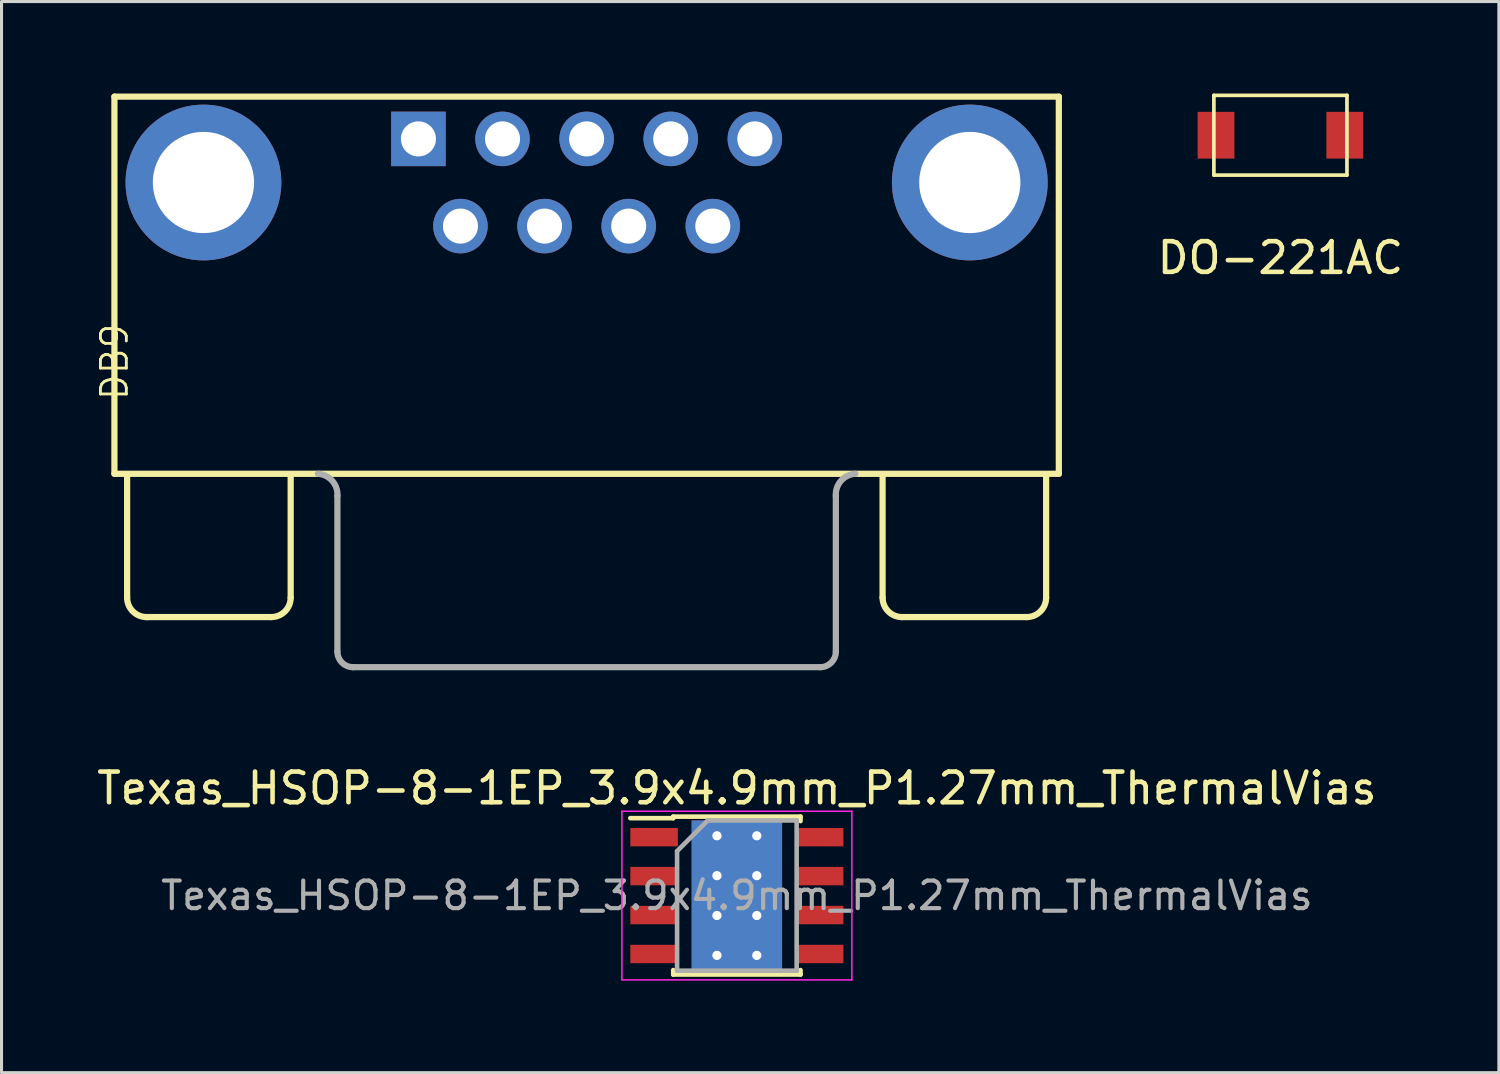
<source format=kicad_pcb>
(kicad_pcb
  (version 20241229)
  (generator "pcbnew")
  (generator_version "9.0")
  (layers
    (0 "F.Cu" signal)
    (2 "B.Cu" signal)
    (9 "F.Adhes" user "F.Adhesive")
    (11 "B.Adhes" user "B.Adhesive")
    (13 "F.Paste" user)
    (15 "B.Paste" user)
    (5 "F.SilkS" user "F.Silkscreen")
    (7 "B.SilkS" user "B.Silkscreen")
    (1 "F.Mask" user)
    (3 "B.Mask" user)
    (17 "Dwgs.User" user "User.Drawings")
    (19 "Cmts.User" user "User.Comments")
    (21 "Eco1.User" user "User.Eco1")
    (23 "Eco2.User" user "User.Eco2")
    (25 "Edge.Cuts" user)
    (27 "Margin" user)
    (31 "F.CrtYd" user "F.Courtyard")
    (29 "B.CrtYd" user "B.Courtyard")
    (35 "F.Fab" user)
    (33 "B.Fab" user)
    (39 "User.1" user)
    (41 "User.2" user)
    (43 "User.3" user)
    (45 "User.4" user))
  (footprint "DO-221AC"
    (layer "F.Cu")
    (at 38.709 1.36)
    (property "Reference" "DO-221AC" (at 0 4 0) (layer "F.SilkS") (effects (font (size 1 1) (thickness 0.15))))
    (attr through_hole)
    (fp_line (start -2.17 -1.3) (end -2.17 1.3) (stroke (width 0.12) (type solid)) (layer "F.SilkS"))
    (fp_line (start -2.17 -1.3) (end 2.17 -1.3) (stroke (width 0.12) (type solid)) (layer "F.SilkS"))
    (fp_line (start -2.17 1.3) (end 2.17 1.3) (stroke (width 0.12) (type solid)) (layer "F.SilkS"))
    (fp_line (start 2.17 1.3) (end 2.17 -1.3) (stroke (width 0.12) (type solid)) (layer "F.SilkS"))
    (pad "1" smd rect (at -2.1 0) (size 1.2 1.524) (layers "F.Cu" "F.Mask" "F.Paste"))
    (pad "2" smd rect (at 2.1 0) (size 1.2 1.524) (layers "F.Cu" "F.Mask" "F.Paste")))
  (footprint "Texas_HSOP-8-1EP_3.9x4.9mm_P1.27mm_ThermalVias"
    (layer "F.Cu")
    (at 20.982 26.158)
    (property "Reference" "Texas_HSOP-8-1EP_3.9x4.9mm_P1.27mm_ThermalVias" (at 0 -3.5 0) (layer "F.SilkS") (effects (font (size 1 1) (thickness 0.15))))
    (attr smd)
    (fp_line (start -2.075 -2.575) (end -2.075 -2.525) (stroke (width 0.15) (type solid)) (layer "F.SilkS"))
    (fp_line (start -2.075 -2.575) (end 2.075 -2.575) (stroke (width 0.15) (type solid)) (layer "F.SilkS"))
    (fp_line (start -2.075 -2.525) (end -3.475 -2.525) (stroke (width 0.15) (type solid)) (layer "F.SilkS"))
    (fp_line (start -2.075 2.575) (end -2.075 2.43) (stroke (width 0.15) (type solid)) (layer "F.SilkS"))
    (fp_line (start -2.075 2.575) (end 2.075 2.575) (stroke (width 0.15) (type solid)) (layer "F.SilkS"))
    (fp_line (start 2.075 -2.575) (end 2.075 -2.43) (stroke (width 0.15) (type solid)) (layer "F.SilkS"))
    (fp_line (start 2.075 2.575) (end 2.075 2.43) (stroke (width 0.15) (type solid)) (layer "F.SilkS"))
    (fp_line (start -3.75 -2.75) (end -3.75 2.75) (stroke (width 0.05) (type solid)) (layer "F.CrtYd"))
    (fp_line (start -3.75 -2.75) (end 3.75 -2.75) (stroke (width 0.05) (type solid)) (layer "F.CrtYd"))
    (fp_line (start -3.75 2.75) (end 3.75 2.75) (stroke (width 0.05) (type solid)) (layer "F.CrtYd"))
    (fp_line (start 3.75 -2.75) (end 3.75 2.75) (stroke (width 0.05) (type solid)) (layer "F.CrtYd"))
    (fp_line (start -1.95 -1.45) (end -0.95 -2.45) (stroke (width 0.15) (type solid)) (layer "F.Fab"))
    (fp_line (start -1.95 2.45) (end -1.95 -1.45) (stroke (width 0.15) (type solid)) (layer "F.Fab"))
    (fp_line (start -0.95 -2.45) (end 1.95 -2.45) (stroke (width 0.15) (type solid)) (layer "F.Fab"))
    (fp_line (start 1.95 -2.45) (end 1.95 2.45) (stroke (width 0.15) (type solid)) (layer "F.Fab"))
    (fp_line (start 1.95 2.45) (end -1.95 2.45) (stroke (width 0.15) (type solid)) (layer "F.Fab"))
    (fp_text user "${REFERENCE}" (at 0 0 0) (layer "F.Fab") (effects (font (size 0.9 0.9) (thickness 0.135))))
    (pad "" smd rect (at 0 0) (size 2.6 3.1) (layers "F.Mask"))
    (pad "" smd rect (at 0 0) (size 2.6 3.1) (layers "F.Paste"))
    (pad "1" smd rect (at -2.7 -1.905) (size 1.55 0.6) (layers "F.Cu" "F.Mask" "F.Paste"))
    (pad "2" smd rect (at -2.7 -0.635) (size 1.55 0.6) (layers "F.Cu" "F.Mask" "F.Paste"))
    (pad "3" smd rect (at -2.7 0.635) (size 1.55 0.6) (layers "F.Cu" "F.Mask" "F.Paste"))
    (pad "4" smd rect (at -2.7 1.905) (size 1.55 0.6) (layers "F.Cu" "F.Mask" "F.Paste"))
    (pad "5" smd rect (at 2.7 1.905) (size 1.55 0.6) (layers "F.Cu" "F.Mask" "F.Paste"))
    (pad "6" smd rect (at 2.7 0.635) (size 1.55 0.6) (layers "F.Cu" "F.Mask" "F.Paste"))
    (pad "7" smd rect (at 2.7 -0.635) (size 1.55 0.6) (layers "F.Cu" "F.Mask" "F.Paste"))
    (pad "8" smd rect (at 2.7 -1.905) (size 1.55 0.6) (layers "F.Cu" "F.Mask" "F.Paste"))
    (pad "9" thru_hole circle (at -0.65 -1.95) (size 0.6 0.6) (drill 0.3) (layers "*.Cu"))
    (pad "9" thru_hole circle (at -0.65 -0.65) (size 0.6 0.6) (drill 0.3) (layers "*.Cu"))
    (pad "9" thru_hole circle (at -0.65 0.65) (size 0.6 0.6) (drill 0.3) (layers "*.Cu"))
    (pad "9" thru_hole circle (at -0.65 1.95) (size 0.6 0.6) (drill 0.3) (layers "*.Cu"))
    (pad "9" smd rect (at 0 0) (size 2.95 4.9) (layers "F.Cu"))
    (pad "9" smd rect (at 0 0) (size 2.95 4.9) (layers "B.Cu"))
    (pad "9" thru_hole circle (at 0.65 -1.95) (size 0.6 0.6) (drill 0.3) (layers "*.Cu"))
    (pad "9" thru_hole circle (at 0.65 -0.65) (size 0.6 0.6) (drill 0.3) (layers "*.Cu"))
    (pad "9" thru_hole circle (at 0.65 0.65) (size 0.6 0.6) (drill 0.3) (layers "*.Cu"))
    (pad "9" thru_hole circle (at 0.65 1.95) (size 0.6 0.6) (drill 0.3) (layers "*.Cu")))
  (footprint "DB9"
    (layer "F.Cu")
    (at 16.082 2.902)
    (property "Reference" "DB9" (at -15.892 4.542 90) (layer "F.SilkS") (effects (font (size 0.845 0.845) (thickness 0.093)) (justify right top)))
    (attr through_hole)
    (fp_line (start -15.4 -2.8) (end -15.4 9.5) (stroke (width 0.203) (type solid)) (layer "F.SilkS"))
    (fp_line (start -14.986 13.538) (end -14.986 9.525) (stroke (width 0.203) (type solid)) (layer "F.SilkS"))
    (fp_line (start -10.287 14.173) (end -14.351 14.173) (stroke (width 0.203) (type solid)) (layer "F.SilkS"))
    (fp_line (start -9.652 9.525) (end -9.652 13.538) (stroke (width 0.203) (type solid)) (layer "F.SilkS"))
    (fp_line (start 9.652 13.538) (end 9.652 9.525) (stroke (width 0.203) (type solid)) (layer "F.SilkS"))
    (fp_line (start 14.351 14.173) (end 10.287 14.173) (stroke (width 0.203) (type solid)) (layer "F.SilkS"))
    (fp_line (start 14.986 13.538) (end 14.986 9.525) (stroke (width 0.203) (type solid)) (layer "F.SilkS"))
    (fp_line (start 15.4 -2.8) (end -15.4 -2.8) (stroke (width 0.203) (type solid)) (layer "F.SilkS"))
    (fp_line (start 15.4 -2.8) (end 15.4 9.5) (stroke (width 0.203) (type solid)) (layer "F.SilkS"))
    (fp_line (start 15.4 9.5) (end -15.4 9.5) (stroke (width 0.203) (type solid)) (layer "F.SilkS"))
    (fp_arc (start -14.351 14.1732) (mid -14.800013 13.987213) (end -14.986 13.5382) (stroke (width 0.2032) (type solid)) (layer "F.SilkS"))
    (fp_arc (start -9.652 13.5382) (mid -9.837987 13.987213) (end -10.287 14.1732) (stroke (width 0.2032) (type solid)) (layer "F.SilkS"))
    (fp_arc (start 10.287 14.1732) (mid 9.837987 13.987213) (end 9.652 13.5382) (stroke (width 0.2032) (type solid)) (layer "F.SilkS"))
    (fp_arc (start 14.986 13.5382) (mid 14.800013 13.987213) (end 14.351 14.1732) (stroke (width 0.2032) (type solid)) (layer "F.SilkS"))
    (fp_line (start -8.128 10.219) (end -8.128 15.299) (stroke (width 0.203) (type solid)) (layer "F.Fab"))
    (fp_line (start 7.62 15.807) (end -7.62 15.807) (stroke (width 0.203) (type solid)) (layer "F.Fab"))
    (fp_line (start 8.128 10.219) (end 8.128 15.299) (stroke (width 0.203) (type solid)) (layer "F.Fab"))
    (fp_arc (start -8.763 9.5) (mid -8.29659 9.727987) (end -8.128 10.219) (stroke (width 0.2032) (type solid)) (layer "F.Fab"))
    (fp_arc (start -7.62 15.807) (mid -7.97921 15.65821) (end -8.128 15.299) (stroke (width 0.2032) (type solid)) (layer "F.Fab"))
    (fp_arc (start 8.128 10.219) (mid 8.29659 9.727987) (end 8.763 9.5) (stroke (width 0.2032) (type solid)) (layer "F.Fab"))
    (fp_arc (start 8.128 15.299) (mid 7.97921 15.65821) (end 7.62 15.807) (stroke (width 0.2032) (type solid)) (layer "F.Fab"))
    (pad "1" thru_hole rect (at -5.486 -1.422 180) (size 1.778 1.778) (drill 1.143) (layers "*.Cu" "*.Mask"))
    (pad "2" thru_hole circle (at -2.743 -1.422 180) (size 1.778 1.778) (drill 1.143) (layers "*.Cu" "*.Mask"))
    (pad "3" thru_hole circle (at 0 -1.422 180) (size 1.778 1.778) (drill 1.143) (layers "*.Cu" "*.Mask"))
    (pad "4" thru_hole circle (at 2.743 -1.422 180) (size 1.778 1.778) (drill 1.143) (layers "*.Cu" "*.Mask"))
    (pad "5" thru_hole circle (at 5.486 -1.422 180) (size 1.778 1.778) (drill 1.143) (layers "*.Cu" "*.Mask"))
    (pad "6" thru_hole circle (at -4.115 1.422 180) (size 1.778 1.778) (drill 1.143) (layers "*.Cu" "*.Mask"))
    (pad "7" thru_hole circle (at -1.372 1.422 180) (size 1.778 1.778) (drill 1.143) (layers "*.Cu" "*.Mask"))
    (pad "8" thru_hole circle (at 1.372 1.422 180) (size 1.778 1.778) (drill 1.143) (layers "*.Cu" "*.Mask"))
    (pad "9" thru_hole circle (at 4.115 1.422 180) (size 1.778 1.778) (drill 1.143) (layers "*.Cu" "*.Mask"))
    (pad "G1" thru_hole circle (at 12.497 0 180) (size 5.08 5.08) (drill 3.302) (layers "*.Cu" "*.Mask"))
    (pad "G2" thru_hole circle (at -12.497 0 180) (size 5.08 5.08) (drill 3.302) (layers "*.Cu" "*.Mask")))
  (gr_rect
    (start -3 -3)
    (end 45.834 31.933)
    (stroke (width 0.1) (type default))
    (fill no)
    (layer "Edge.Cuts")))
</source>
